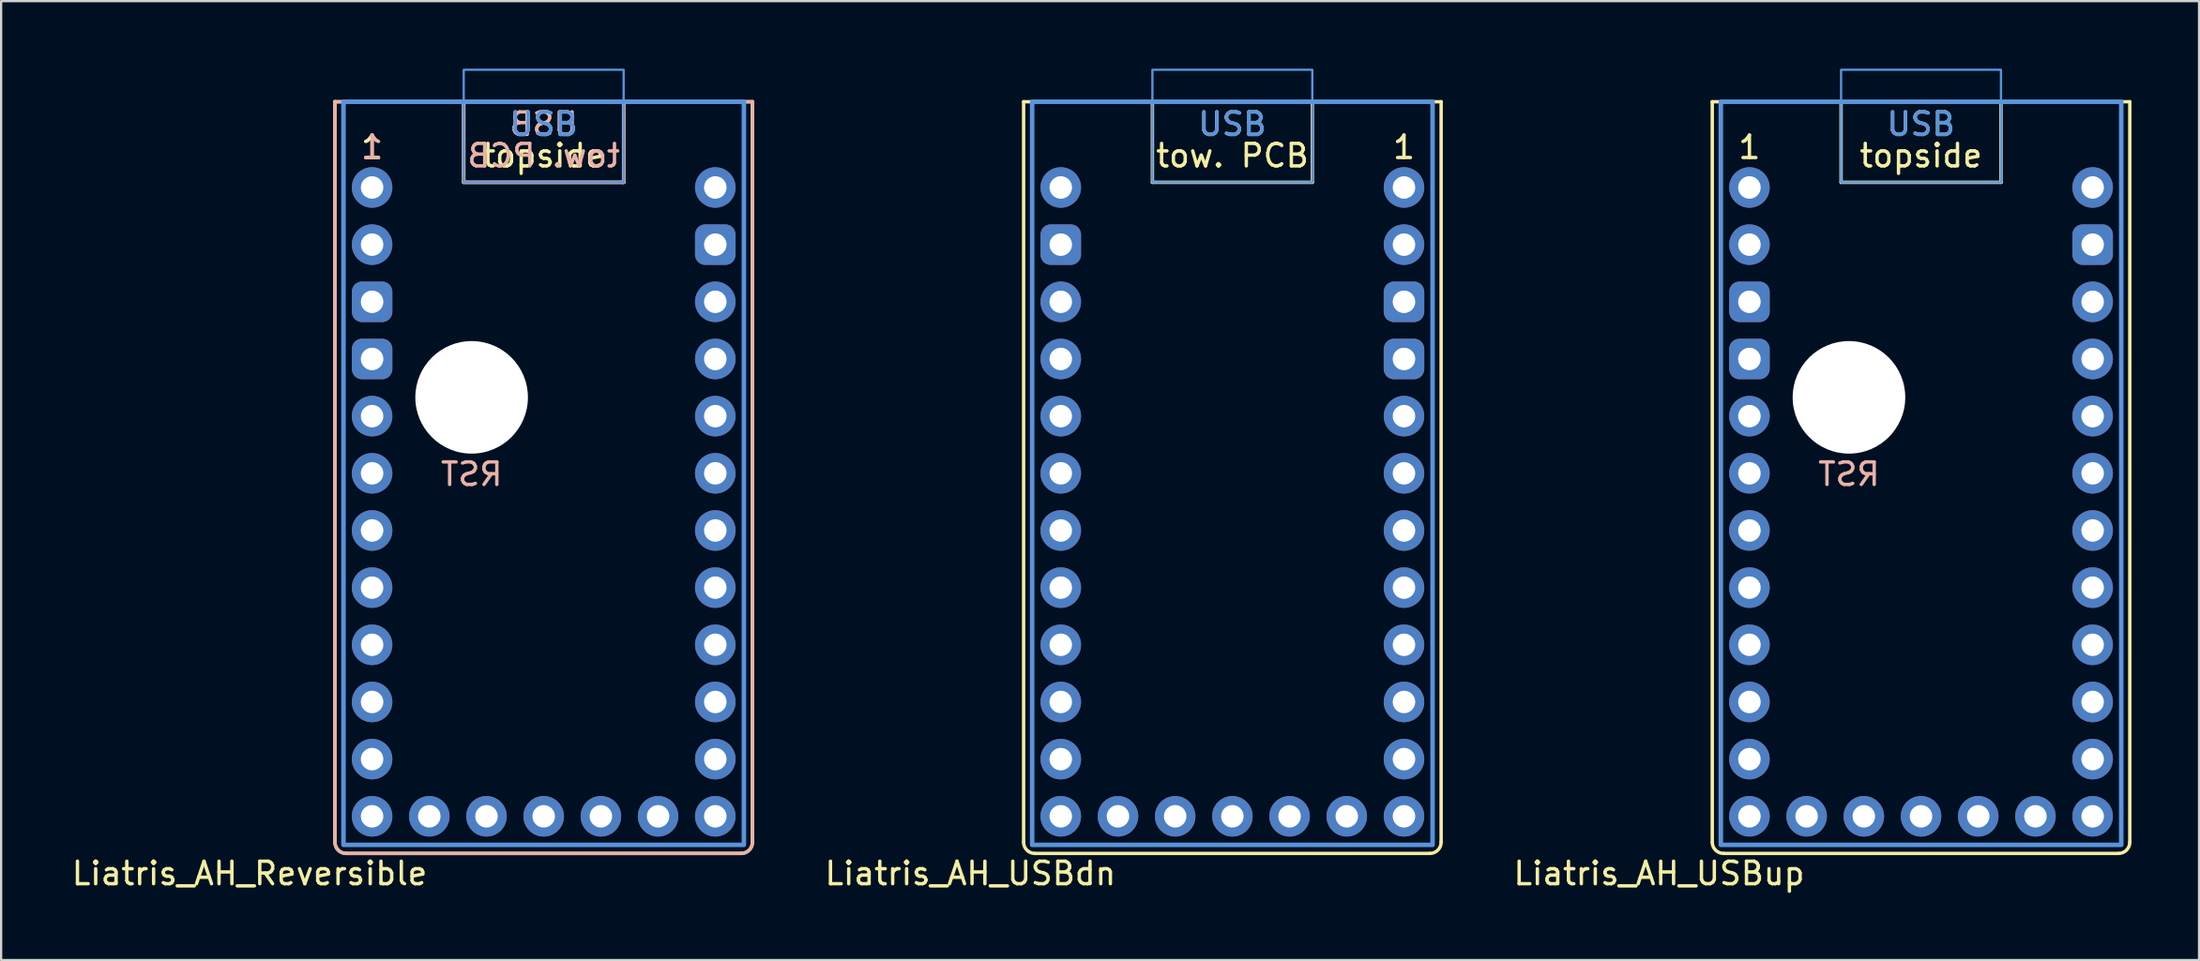
<source format=kicad_pcb>
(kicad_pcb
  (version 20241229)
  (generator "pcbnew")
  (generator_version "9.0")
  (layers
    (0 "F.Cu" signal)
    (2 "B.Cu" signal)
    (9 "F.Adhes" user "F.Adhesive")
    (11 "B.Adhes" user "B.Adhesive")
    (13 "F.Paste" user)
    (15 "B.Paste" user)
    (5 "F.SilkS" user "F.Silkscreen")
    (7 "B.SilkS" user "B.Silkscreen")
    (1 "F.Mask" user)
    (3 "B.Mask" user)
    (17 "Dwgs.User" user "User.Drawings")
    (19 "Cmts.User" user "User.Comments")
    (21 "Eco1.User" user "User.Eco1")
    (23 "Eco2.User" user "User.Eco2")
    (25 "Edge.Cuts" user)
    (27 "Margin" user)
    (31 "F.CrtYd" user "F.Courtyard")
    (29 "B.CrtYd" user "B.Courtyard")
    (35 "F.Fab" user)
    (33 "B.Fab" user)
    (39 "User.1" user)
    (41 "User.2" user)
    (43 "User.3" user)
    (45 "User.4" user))
  (footprint "Liatris_AH_USBup"
    (layer "F.Cu")
    (at 82.251 19.25)
    (property "Reference" "Liatris_AH_USBup" (at -5.08 16.51 0) (layer "F.SilkS") (effects (font (size 1 1) (thickness 0.15)) (justify right)))
    (attr through_hole exclude_from_pos_files exclude_from_bom)
    (fp_line (start -9.27 -17.78) (end -9.27 15.12) (stroke (width 0.15) (type default)) (layer "F.SilkS"))
    (fp_line (start -8.77 15.62) (end 8.77 15.62) (stroke (width 0.15) (type default)) (layer "F.SilkS"))
    (fp_line (start -3.55 -14.2) (end -3.55 -17.78) (stroke (width 0.15) (type default)) (layer "F.SilkS"))
    (fp_line (start 3.55 -14.2) (end -3.55 -14.2) (stroke (width 0.15) (type default)) (layer "F.SilkS"))
    (fp_line (start 3.55 -14.2) (end 3.55 -17.78) (stroke (width 0.15) (type default)) (layer "F.SilkS"))
    (fp_line (start 9.27 -17.78) (end -9.27 -17.78) (stroke (width 0.15) (type default)) (layer "F.SilkS"))
    (fp_line (start 9.27 15.12) (end 9.27 -17.78) (stroke (width 0.15) (type default)) (layer "F.SilkS"))
    (fp_arc (start -8.77 15.62) (mid -9.123553 15.473553) (end -9.27 15.12) (stroke (width 0.15) (type default)) (layer "F.SilkS"))
    (fp_arc (start 9.27 15.12) (mid 9.123553 15.473553) (end 8.77 15.62) (stroke (width 0.15) (type default)) (layer "F.SilkS"))
    (fp_rect (start -3.55 -19.2) (end 3.55 -14.2) (stroke (width 0.1) (type default)) (fill no) (layer "Cmts.User"))
    (fp_rect (start 8.89 -17.78) (end -8.89 15.24) (stroke (width 0.2) (type solid)) (fill no) (layer "Cmts.User"))
    (fp_text user "1" (at -7.62 -15.17 0) (layer "F.SilkS") (effects (font (size 1 1) (thickness 0.15)) (justify bottom)))
    (fp_text user "topside" (at 0 -14.8 0) (unlocked yes) (layer "F.SilkS") (effects (font (size 1 1) (thickness 0.15)) (justify bottom)))
    (fp_text user "USB" (at 0 -16.2 0) (unlocked yes) (layer "F.SilkS") (effects (font (size 1 1) (thickness 0.15)) (justify bottom)))
    (fp_text user "RST" (at -3.2 -0.645 0) (unlocked yes) (layer "B.SilkS") (effects (font (size 1 1) (thickness 0.15)) (justify bottom mirror)))
    (fp_text user "USB" (at 0 -16.2 0) (layer "Cmts.User") (effects (font (size 1 1) (thickness 0.15)) (justify bottom)))
    (pad "" np_thru_hole circle (at -3.2 -4.645) (size 5 5) (drill 5) (layers "*.Cu" "*.Mask"))
    (pad "1" thru_hole circle (at -7.62 -13.97) (size 1.8 1.8) (drill 1) (layers "*.Cu" "B.Mask"))
    (pad "2" thru_hole circle (at -7.62 -11.43) (size 1.8 1.8) (drill 1) (layers "*.Cu" "B.Mask"))
    (pad "3" thru_hole roundrect (at -7.62 -8.89) (size 1.8 1.8) (drill 1) (layers "*.Cu" "B.Mask") (roundrect_rratio 0.25))
    (pad "4" thru_hole roundrect (at -7.62 -6.35) (size 1.8 1.8) (drill 1) (layers "*.Cu" "B.Mask") (roundrect_rratio 0.25))
    (pad "5" thru_hole circle (at -7.62 -3.81) (size 1.8 1.8) (drill 1) (layers "*.Cu" "B.Mask"))
    (pad "6" thru_hole circle (at -7.62 -1.27) (size 1.8 1.8) (drill 1) (layers "*.Cu" "B.Mask"))
    (pad "7" thru_hole circle (at -7.62 1.27) (size 1.8 1.8) (drill 1) (layers "*.Cu" "B.Mask"))
    (pad "8" thru_hole circle (at -7.62 3.81) (size 1.8 1.8) (drill 1) (layers "*.Cu" "B.Mask"))
    (pad "9" thru_hole circle (at -7.62 6.35) (size 1.8 1.8) (drill 1) (layers "*.Cu" "B.Mask"))
    (pad "10" thru_hole circle (at -7.62 8.89) (size 1.8 1.8) (drill 1) (layers "*.Cu" "B.Mask"))
    (pad "11" thru_hole circle (at -7.62 11.43) (size 1.8 1.8) (drill 1) (layers "*.Cu" "B.Mask"))
    (pad "12" thru_hole circle (at -7.62 13.97) (size 1.8 1.8) (drill 1) (layers "*.Cu" "B.Mask"))
    (pad "13" thru_hole circle (at 7.62 -13.97) (size 1.8 1.8) (drill 1) (layers "*.Cu" "B.Mask"))
    (pad "14" thru_hole roundrect (at 7.62 -11.43) (size 1.8 1.8) (drill 1) (layers "*.Cu" "B.Mask") (roundrect_rratio 0.25))
    (pad "15" thru_hole circle (at 7.62 -8.89) (size 1.8 1.8) (drill 1) (layers "*.Cu" "B.Mask"))
    (pad "16" thru_hole circle (at 7.62 -6.35) (size 1.8 1.8) (drill 1) (layers "*.Cu" "B.Mask"))
    (pad "17" thru_hole circle (at 7.62 -3.81) (size 1.8 1.8) (drill 1) (layers "*.Cu" "B.Mask"))
    (pad "18" thru_hole circle (at 7.62 -1.27) (size 1.8 1.8) (drill 1) (layers "*.Cu" "B.Mask"))
    (pad "19" thru_hole circle (at 7.62 1.27) (size 1.8 1.8) (drill 1) (layers "*.Cu" "B.Mask"))
    (pad "20" thru_hole circle (at 7.62 3.81) (size 1.8 1.8) (drill 1) (layers "*.Cu" "B.Mask"))
    (pad "21" thru_hole circle (at 7.62 6.35) (size 1.8 1.8) (drill 1) (layers "*.Cu" "B.Mask"))
    (pad "22" thru_hole circle (at 7.62 8.89) (size 1.8 1.8) (drill 1) (layers "*.Cu" "B.Mask"))
    (pad "23" thru_hole circle (at 7.62 11.43) (size 1.8 1.8) (drill 1) (layers "*.Cu" "B.Mask"))
    (pad "24" thru_hole circle (at 7.62 13.97) (size 1.8 1.8) (drill 1) (layers "*.Cu" "B.Mask"))
    (pad "25" thru_hole circle (at -5.08 13.97) (size 1.8 1.8) (drill 1) (layers "*.Cu" "B.Mask"))
    (pad "26" thru_hole circle (at -2.54 13.97) (size 1.8 1.8) (drill 1) (layers "*.Cu" "B.Mask"))
    (pad "27" thru_hole circle (at 0 13.97) (size 1.8 1.8) (drill 1) (layers "*.Cu" "B.Mask"))
    (pad "28" thru_hole circle (at 2.54 13.97) (size 1.8 1.8) (drill 1) (layers "*.Cu" "B.Mask"))
    (pad "29" thru_hole circle (at 5.08 13.97) (size 1.8 1.8) (drill 1) (layers "*.Cu" "B.Mask")))
  (footprint "Liatris_AH_USBdn"
    (layer "F.Cu")
    (at 51.672 19.25)
    (property "Reference" "Liatris_AH_USBdn" (at -5.08 16.51 0) (layer "F.SilkS") (effects (font (size 1 1) (thickness 0.15)) (justify right)))
    (attr through_hole exclude_from_pos_files exclude_from_bom)
    (fp_line (start -9.27 -17.78) (end -9.27 15.12) (stroke (width 0.15) (type default)) (layer "F.SilkS"))
    (fp_line (start -8.77 15.62) (end 8.77 15.62) (stroke (width 0.15) (type default)) (layer "F.SilkS"))
    (fp_line (start -3.55 -14.2) (end -3.55 -17.78) (stroke (width 0.15) (type default)) (layer "F.SilkS"))
    (fp_line (start 3.55 -14.2) (end -3.55 -14.2) (stroke (width 0.15) (type default)) (layer "F.SilkS"))
    (fp_line (start 3.55 -14.2) (end 3.55 -17.78) (stroke (width 0.15) (type default)) (layer "F.SilkS"))
    (fp_line (start 9.27 -17.78) (end -9.27 -17.78) (stroke (width 0.15) (type default)) (layer "F.SilkS"))
    (fp_line (start 9.27 15.12) (end 9.27 -17.78) (stroke (width 0.15) (type default)) (layer "F.SilkS"))
    (fp_arc (start -8.77 15.62) (mid -9.123553 15.473553) (end -9.27 15.12) (stroke (width 0.15) (type default)) (layer "F.SilkS"))
    (fp_arc (start 9.27 15.12) (mid 9.123553 15.473553) (end 8.77 15.62) (stroke (width 0.15) (type default)) (layer "F.SilkS"))
    (fp_rect (start -3.55 -19.2) (end 3.55 -14.2) (stroke (width 0.1) (type default)) (fill no) (layer "Cmts.User"))
    (fp_rect (start 8.89 -17.78) (end -8.89 15.24) (stroke (width 0.2) (type solid)) (fill no) (layer "Cmts.User"))
    (fp_text user "USB" (at 0 -16.2 0) (unlocked yes) (layer "F.SilkS") (effects (font (size 1 1) (thickness 0.15)) (justify bottom)))
    (fp_text user "tow. PCB" (at 0 -14.8 0) (unlocked yes) (layer "F.SilkS") (effects (font (size 1 1) (thickness 0.15)) (justify bottom)))
    (fp_text user "1" (at 7.62 -15.17 0) (layer "F.SilkS") (effects (font (size 1 1) (thickness 0.15)) (justify bottom)))
    (fp_text user "USB" (at 0 -16.2 0) (layer "Cmts.User") (effects (font (size 1 1) (thickness 0.15)) (justify bottom)))
    (pad "1" thru_hole circle (at 7.62 -13.97) (size 1.8 1.8) (drill 1) (layers "*.Cu" "B.Mask"))
    (pad "2" thru_hole circle (at 7.62 -11.43) (size 1.8 1.8) (drill 1) (layers "*.Cu" "B.Mask"))
    (pad "3" thru_hole roundrect (at 7.62 -8.89) (size 1.8 1.8) (drill 1) (layers "*.Cu" "B.Mask") (roundrect_rratio 0.25))
    (pad "4" thru_hole roundrect (at 7.62 -6.35) (size 1.8 1.8) (drill 1) (layers "*.Cu" "B.Mask") (roundrect_rratio 0.25))
    (pad "5" thru_hole circle (at 7.62 -3.81) (size 1.8 1.8) (drill 1) (layers "*.Cu" "B.Mask"))
    (pad "6" thru_hole circle (at 7.62 -1.27) (size 1.8 1.8) (drill 1) (layers "*.Cu" "B.Mask"))
    (pad "7" thru_hole circle (at 7.62 1.27) (size 1.8 1.8) (drill 1) (layers "*.Cu" "B.Mask"))
    (pad "8" thru_hole circle (at 7.62 3.81) (size 1.8 1.8) (drill 1) (layers "*.Cu" "B.Mask"))
    (pad "9" thru_hole circle (at 7.62 6.35) (size 1.8 1.8) (drill 1) (layers "*.Cu" "B.Mask"))
    (pad "10" thru_hole circle (at 7.62 8.89) (size 1.8 1.8) (drill 1) (layers "*.Cu" "B.Mask"))
    (pad "11" thru_hole circle (at 7.62 11.43) (size 1.8 1.8) (drill 1) (layers "*.Cu" "B.Mask"))
    (pad "12" thru_hole circle (at 7.62 13.97) (size 1.8 1.8) (drill 1) (layers "*.Cu" "B.Mask"))
    (pad "13" thru_hole circle (at -7.62 -13.97) (size 1.8 1.8) (drill 1) (layers "*.Cu" "B.Mask"))
    (pad "14" thru_hole roundrect (at -7.62 -11.43) (size 1.8 1.8) (drill 1) (layers "*.Cu" "B.Mask") (roundrect_rratio 0.25))
    (pad "15" thru_hole circle (at -7.62 -8.89) (size 1.8 1.8) (drill 1) (layers "*.Cu" "B.Mask"))
    (pad "16" thru_hole circle (at -7.62 -6.35) (size 1.8 1.8) (drill 1) (layers "*.Cu" "B.Mask"))
    (pad "17" thru_hole circle (at -7.62 -3.81) (size 1.8 1.8) (drill 1) (layers "*.Cu" "B.Mask"))
    (pad "18" thru_hole circle (at -7.62 -1.27) (size 1.8 1.8) (drill 1) (layers "*.Cu" "B.Mask"))
    (pad "19" thru_hole circle (at -7.62 1.27) (size 1.8 1.8) (drill 1) (layers "*.Cu" "B.Mask"))
    (pad "20" thru_hole circle (at -7.62 3.81) (size 1.8 1.8) (drill 1) (layers "*.Cu" "B.Mask"))
    (pad "21" thru_hole circle (at -7.62 6.35) (size 1.8 1.8) (drill 1) (layers "*.Cu" "B.Mask"))
    (pad "22" thru_hole circle (at -7.62 8.89) (size 1.8 1.8) (drill 1) (layers "*.Cu" "B.Mask"))
    (pad "23" thru_hole circle (at -7.62 11.43) (size 1.8 1.8) (drill 1) (layers "*.Cu" "B.Mask"))
    (pad "24" thru_hole circle (at -7.62 13.97) (size 1.8 1.8) (drill 1) (layers "*.Cu" "B.Mask"))
    (pad "25" thru_hole circle (at 5.08 13.97) (size 1.8 1.8) (drill 1) (layers "*.Cu" "B.Mask"))
    (pad "26" thru_hole circle (at 2.54 13.97) (size 1.8 1.8) (drill 1) (layers "*.Cu" "B.Mask"))
    (pad "27" thru_hole circle (at 0 13.97) (size 1.8 1.8) (drill 1) (layers "*.Cu" "B.Mask"))
    (pad "28" thru_hole circle (at -2.54 13.97) (size 1.8 1.8) (drill 1) (layers "*.Cu" "B.Mask"))
    (pad "29" thru_hole circle (at -5.08 13.97) (size 1.8 1.8) (drill 1) (layers "*.Cu" "B.Mask")))
  (footprint "Liatris_AH_Reversible"
    (layer "F.Cu")
    (at 21.092 19.25)
    (property "Reference" "Liatris_AH_Reversible" (at -5.08 16.51 0) (layer "F.SilkS") (effects (font (size 1 1) (thickness 0.15)) (justify right)))
    (attr through_hole exclude_from_pos_files exclude_from_bom)
    (fp_line (start -9.27 -17.78) (end -9.27 15.12) (stroke (width 0.15) (type default)) (layer "F.SilkS"))
    (fp_line (start -8.77 15.62) (end 8.77 15.62) (stroke (width 0.15) (type default)) (layer "F.SilkS"))
    (fp_line (start -3.55 -14.2) (end -3.55 -17.78) (stroke (width 0.15) (type default)) (layer "F.SilkS"))
    (fp_line (start 3.55 -14.2) (end -3.55 -14.2) (stroke (width 0.15) (type default)) (layer "F.SilkS"))
    (fp_line (start 3.55 -14.2) (end 3.55 -17.78) (stroke (width 0.15) (type default)) (layer "F.SilkS"))
    (fp_line (start 9.27 -17.78) (end -9.27 -17.78) (stroke (width 0.15) (type default)) (layer "F.SilkS"))
    (fp_line (start 9.27 15.12) (end 9.27 -17.78) (stroke (width 0.15) (type default)) (layer "F.SilkS"))
    (fp_arc (start -8.77 15.62) (mid -9.123553 15.473553) (end -9.27 15.12) (stroke (width 0.15) (type default)) (layer "F.SilkS"))
    (fp_arc (start 9.27 15.12) (mid 9.123553 15.473553) (end 8.77 15.62) (stroke (width 0.15) (type default)) (layer "F.SilkS"))
    (fp_line (start -9.27 -17.78) (end 9.27 -17.78) (stroke (width 0.15) (type default)) (layer "B.SilkS"))
    (fp_line (start -9.27 15.12) (end -9.27 -17.78) (stroke (width 0.15) (type default)) (layer "B.SilkS"))
    (fp_line (start -3.55 -14.2) (end -3.55 -17.78) (stroke (width 0.15) (type default)) (layer "B.SilkS"))
    (fp_line (start -3.55 -14.2) (end 3.55 -14.2) (stroke (width 0.15) (type default)) (layer "B.SilkS"))
    (fp_line (start 3.55 -14.2) (end 3.55 -17.78) (stroke (width 0.15) (type default)) (layer "B.SilkS"))
    (fp_line (start 8.77 15.62) (end -8.77 15.62) (stroke (width 0.15) (type default)) (layer "B.SilkS"))
    (fp_line (start 9.27 -17.78) (end 9.27 15.12) (stroke (width 0.15) (type default)) (layer "B.SilkS"))
    (fp_arc (start -8.77 15.62) (mid -9.123553 15.473553) (end -9.27 15.12) (stroke (width 0.15) (type default)) (layer "B.SilkS"))
    (fp_arc (start 9.27 15.12) (mid 9.123553 15.473553) (end 8.77 15.62) (stroke (width 0.15) (type default)) (layer "B.SilkS"))
    (fp_rect (start -3.55 -19.2) (end 3.55 -14.2) (stroke (width 0.1) (type default)) (fill no) (layer "Cmts.User"))
    (fp_rect (start 8.89 -17.78) (end -8.89 15.24) (stroke (width 0.2) (type solid)) (fill no) (layer "Cmts.User"))
    (fp_text user "USB" (at 0 -16.2 0) (unlocked yes) (layer "F.SilkS") (effects (font (size 1 1) (thickness 0.15)) (justify bottom)))
    (fp_text user "1" (at -7.62 -15.17 0) (layer "F.SilkS") (effects (font (size 1 1) (thickness 0.15)) (justify bottom)))
    (fp_text user "topside" (at 0 -14.8 0) (unlocked yes) (layer "F.SilkS") (effects (font (size 1 1) (thickness 0.15)) (justify bottom)))
    (fp_text user "USB" (at 0 -16.2 0) (unlocked yes) (layer "B.SilkS") (effects (font (size 1 1) (thickness 0.15)) (justify bottom mirror)))
    (fp_text user "1" (at -7.62 -15.17 0) (layer "B.SilkS") (effects (font (size 1 1) (thickness 0.15)) (justify bottom mirror)))
    (fp_text user "RST" (at -3.2 -0.645 0) (unlocked yes) (layer "B.SilkS") (effects (font (size 1 1) (thickness 0.15)) (justify bottom mirror)))
    (fp_text user "tow. PCB" (at 0 -14.8 0) (unlocked yes) (layer "B.SilkS") (effects (font (size 1 1) (thickness 0.15)) (justify bottom mirror)))
    (fp_text user "USB" (at 0 -16.2 0) (layer "Cmts.User") (effects (font (size 1 1) (thickness 0.15)) (justify bottom)))
    (pad "" np_thru_hole circle (at -3.2 -4.645) (size 5 5) (drill 5) (layers "*.Cu" "*.Mask"))
    (pad "1" thru_hole circle (at -7.62 -13.97) (size 1.8 1.8) (drill 1) (layers "*.Cu" "*.Mask"))
    (pad "2" thru_hole circle (at -7.62 -11.43) (size 1.8 1.8) (drill 1) (layers "*.Cu" "*.Mask"))
    (pad "3" thru_hole roundrect (at -7.62 -8.89) (size 1.8 1.8) (drill 1) (layers "*.Cu" "*.Mask") (roundrect_rratio 0.25))
    (pad "4" thru_hole roundrect (at -7.62 -6.35) (size 1.8 1.8) (drill 1) (layers "*.Cu" "*.Mask") (roundrect_rratio 0.25))
    (pad "5" thru_hole circle (at -7.62 -3.81) (size 1.8 1.8) (drill 1) (layers "*.Cu" "*.Mask"))
    (pad "6" thru_hole circle (at -7.62 -1.27) (size 1.8 1.8) (drill 1) (layers "*.Cu" "*.Mask"))
    (pad "7" thru_hole circle (at -7.62 1.27) (size 1.8 1.8) (drill 1) (layers "*.Cu" "*.Mask"))
    (pad "8" thru_hole circle (at -7.62 3.81) (size 1.8 1.8) (drill 1) (layers "*.Cu" "*.Mask"))
    (pad "9" thru_hole circle (at -7.62 6.35) (size 1.8 1.8) (drill 1) (layers "*.Cu" "*.Mask"))
    (pad "10" thru_hole circle (at -7.62 8.89) (size 1.8 1.8) (drill 1) (layers "*.Cu" "*.Mask"))
    (pad "11" thru_hole circle (at -7.62 11.43) (size 1.8 1.8) (drill 1) (layers "*.Cu" "*.Mask"))
    (pad "12" thru_hole circle (at -7.62 13.97) (size 1.8 1.8) (drill 1) (layers "*.Cu" "*.Mask"))
    (pad "13" thru_hole circle (at 7.62 -13.97) (size 1.8 1.8) (drill 1) (layers "*.Cu" "*.Mask"))
    (pad "14" thru_hole roundrect (at 7.62 -11.43) (size 1.8 1.8) (drill 1) (layers "*.Cu" "*.Mask") (roundrect_rratio 0.25))
    (pad "15" thru_hole circle (at 7.62 -8.89) (size 1.8 1.8) (drill 1) (layers "*.Cu" "*.Mask"))
    (pad "16" thru_hole circle (at 7.62 -6.35) (size 1.8 1.8) (drill 1) (layers "*.Cu" "*.Mask"))
    (pad "17" thru_hole circle (at 7.62 -3.81) (size 1.8 1.8) (drill 1) (layers "*.Cu" "*.Mask"))
    (pad "18" thru_hole circle (at 7.62 -1.27) (size 1.8 1.8) (drill 1) (layers "*.Cu" "*.Mask"))
    (pad "19" thru_hole circle (at 7.62 1.27) (size 1.8 1.8) (drill 1) (layers "*.Cu" "*.Mask"))
    (pad "20" thru_hole circle (at 7.62 3.81) (size 1.8 1.8) (drill 1) (layers "*.Cu" "*.Mask"))
    (pad "21" thru_hole circle (at 7.62 6.35) (size 1.8 1.8) (drill 1) (layers "*.Cu" "*.Mask"))
    (pad "22" thru_hole circle (at 7.62 8.89) (size 1.8 1.8) (drill 1) (layers "*.Cu" "*.Mask"))
    (pad "23" thru_hole circle (at 7.62 11.43) (size 1.8 1.8) (drill 1) (layers "*.Cu" "*.Mask"))
    (pad "24" thru_hole circle (at 7.62 13.97) (size 1.8 1.8) (drill 1) (layers "*.Cu" "*.Mask"))
    (pad "25" thru_hole circle (at -5.08 13.97) (size 1.8 1.8) (drill 1) (layers "*.Cu" "*.Mask"))
    (pad "26" thru_hole circle (at -2.54 13.97) (size 1.8 1.8) (drill 1) (layers "*.Cu" "*.Mask"))
    (pad "27" thru_hole circle (at 0 13.97) (size 1.8 1.8) (drill 1) (layers "*.Cu" "*.Mask"))
    (pad "28" thru_hole circle (at 2.54 13.97) (size 1.8 1.8) (drill 1) (layers "*.Cu" "*.Mask"))
    (pad "29" thru_hole circle (at 5.08 13.97) (size 1.8 1.8) (drill 1) (layers "*.Cu" "*.Mask")))
  (gr_rect
    (start -3 -3)
    (end 94.596 39.608)
    (stroke (width 0.1) (type default))
    (fill no)
    (layer "Edge.Cuts")))
</source>
